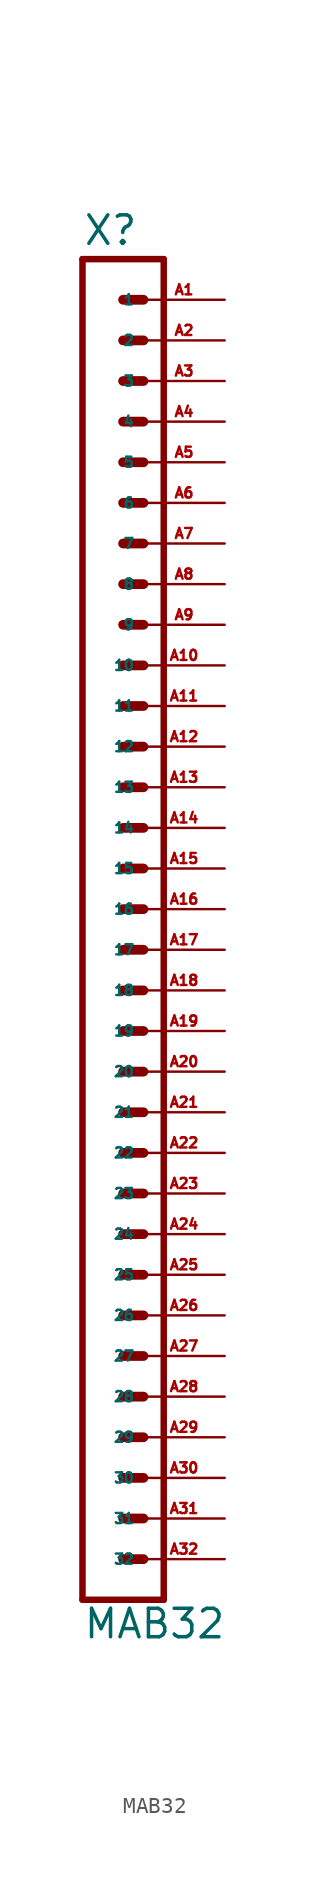
<source format=kicad_sym>
(kicad_symbol_lib
  (version 20220914)
  (generator Eagle2Kicad)
  (symbol "MAB32"
    (property "Reference" "X"
      (at -1.27 41.402 0)
      (effects (font (size 1.778 1.778) (thickness 0.22)) (justify left bottom)))
    (property "Value" "MAB32"
      (at -1.27 -45.72 0)
      (effects (font (size 1.778 1.778) (thickness 0.22)) (justify left bottom)))
    (polyline
      (pts (xy 3.81 -43.18) (xy -1.27 -43.18))
      (stroke (width 0.406) (type default))
      (fill (type none)))
    (polyline
      (pts (xy -1.27 40.64) (xy -1.27 -43.18))
      (stroke (width 0.406) (type default))
      (fill (type none)))
    (polyline
      (pts (xy -1.27 40.64) (xy 3.81 40.64))
      (stroke (width 0.406) (type default))
      (fill (type none)))
    (polyline
      (pts (xy 3.81 -43.18) (xy 3.81 40.64))
      (stroke (width 0.406) (type default))
      (fill (type none)))
    (polyline
      (pts (xy 1.27 -40.64) (xy 2.54 -40.64))
      (stroke (width 0.61) (type default))
      (fill (type none)))
    (polyline
      (pts (xy 1.27 -38.1) (xy 2.54 -38.1))
      (stroke (width 0.61) (type default))
      (fill (type none)))
    (polyline
      (pts (xy 1.27 -35.56) (xy 2.54 -35.56))
      (stroke (width 0.61) (type default))
      (fill (type none)))
    (polyline
      (pts (xy 1.27 -33.02) (xy 2.54 -33.02))
      (stroke (width 0.61) (type default))
      (fill (type none)))
    (polyline
      (pts (xy 1.27 -30.48) (xy 2.54 -30.48))
      (stroke (width 0.61) (type default))
      (fill (type none)))
    (polyline
      (pts (xy 1.27 -27.94) (xy 2.54 -27.94))
      (stroke (width 0.61) (type default))
      (fill (type none)))
    (polyline
      (pts (xy 1.27 -25.4) (xy 2.54 -25.4))
      (stroke (width 0.61) (type default))
      (fill (type none)))
    (polyline
      (pts (xy 1.27 -22.86) (xy 2.54 -22.86))
      (stroke (width 0.61) (type default))
      (fill (type none)))
    (polyline
      (pts (xy 1.27 -20.32) (xy 2.54 -20.32))
      (stroke (width 0.61) (type default))
      (fill (type none)))
    (polyline
      (pts (xy 1.27 -17.78) (xy 2.54 -17.78))
      (stroke (width 0.61) (type default))
      (fill (type none)))
    (polyline
      (pts (xy 1.27 -15.24) (xy 2.54 -15.24))
      (stroke (width 0.61) (type default))
      (fill (type none)))
    (polyline
      (pts (xy 1.27 -12.7) (xy 2.54 -12.7))
      (stroke (width 0.61) (type default))
      (fill (type none)))
    (polyline
      (pts (xy 1.27 -10.16) (xy 2.54 -10.16))
      (stroke (width 0.61) (type default))
      (fill (type none)))
    (polyline
      (pts (xy 1.27 -7.62) (xy 2.54 -7.62))
      (stroke (width 0.61) (type default))
      (fill (type none)))
    (polyline
      (pts (xy 1.27 -5.08) (xy 2.54 -5.08))
      (stroke (width 0.61) (type default))
      (fill (type none)))
    (polyline
      (pts (xy 1.27 -2.54) (xy 2.54 -2.54))
      (stroke (width 0.61) (type default))
      (fill (type none)))
    (polyline
      (pts (xy 1.27 0) (xy 2.54 0))
      (stroke (width 0.61) (type default))
      (fill (type none)))
    (polyline
      (pts (xy 1.27 2.54) (xy 2.54 2.54))
      (stroke (width 0.61) (type default))
      (fill (type none)))
    (polyline
      (pts (xy 1.27 5.08) (xy 2.54 5.08))
      (stroke (width 0.61) (type default))
      (fill (type none)))
    (polyline
      (pts (xy 1.27 7.62) (xy 2.54 7.62))
      (stroke (width 0.61) (type default))
      (fill (type none)))
    (polyline
      (pts (xy 1.27 10.16) (xy 2.54 10.16))
      (stroke (width 0.61) (type default))
      (fill (type none)))
    (polyline
      (pts (xy 1.27 12.7) (xy 2.54 12.7))
      (stroke (width 0.61) (type default))
      (fill (type none)))
    (polyline
      (pts (xy 1.27 15.24) (xy 2.54 15.24))
      (stroke (width 0.61) (type default))
      (fill (type none)))
    (polyline
      (pts (xy 1.27 17.78) (xy 2.54 17.78))
      (stroke (width 0.61) (type default))
      (fill (type none)))
    (polyline
      (pts (xy 1.27 20.32) (xy 2.54 20.32))
      (stroke (width 0.61) (type default))
      (fill (type none)))
    (polyline
      (pts (xy 1.27 22.86) (xy 2.54 22.86))
      (stroke (width 0.61) (type default))
      (fill (type none)))
    (polyline
      (pts (xy 1.27 25.4) (xy 2.54 25.4))
      (stroke (width 0.61) (type default))
      (fill (type none)))
    (polyline
      (pts (xy 1.27 27.94) (xy 2.54 27.94))
      (stroke (width 0.61) (type default))
      (fill (type none)))
    (polyline
      (pts (xy 1.27 30.48) (xy 2.54 30.48))
      (stroke (width 0.61) (type default))
      (fill (type none)))
    (polyline
      (pts (xy 1.27 33.02) (xy 2.54 33.02))
      (stroke (width 0.61) (type default))
      (fill (type none)))
    (polyline
      (pts (xy 1.27 35.56) (xy 2.54 35.56))
      (stroke (width 0.61) (type default))
      (fill (type none)))
    (polyline
      (pts (xy 1.27 38.1) (xy 2.54 38.1))
      (stroke (width 0.61) (type default))
      (fill (type none)))
    (pin passive line
      (at 7.62 38.1 180)
      (length 5.08)
      (name "1" (effects (font (size 0.635 0.635) (thickness 0.08)) (justify left bottom)))
      (number "A1" (effects (font (size 0.635 0.635) (thickness 0.08)) (justify left bottom))))
    (pin passive line
      (at 7.62 35.56 180)
      (length 5.08)
      (name "2" (effects (font (size 0.635 0.635) (thickness 0.08)) (justify left bottom)))
      (number "A2" (effects (font (size 0.635 0.635) (thickness 0.08)) (justify left bottom))))
    (pin passive line
      (at 7.62 33.02 180)
      (length 5.08)
      (name "3" (effects (font (size 0.635 0.635) (thickness 0.08)) (justify left bottom)))
      (number "A3" (effects (font (size 0.635 0.635) (thickness 0.08)) (justify left bottom))))
    (pin passive line
      (at 7.62 30.48 180)
      (length 5.08)
      (name "4" (effects (font (size 0.635 0.635) (thickness 0.08)) (justify left bottom)))
      (number "A4" (effects (font (size 0.635 0.635) (thickness 0.08)) (justify left bottom))))
    (pin passive line
      (at 7.62 27.94 180)
      (length 5.08)
      (name "5" (effects (font (size 0.635 0.635) (thickness 0.08)) (justify left bottom)))
      (number "A5" (effects (font (size 0.635 0.635) (thickness 0.08)) (justify left bottom))))
    (pin passive line
      (at 7.62 25.4 180)
      (length 5.08)
      (name "6" (effects (font (size 0.635 0.635) (thickness 0.08)) (justify left bottom)))
      (number "A6" (effects (font (size 0.635 0.635) (thickness 0.08)) (justify left bottom))))
    (pin passive line
      (at 7.62 22.86 180)
      (length 5.08)
      (name "7" (effects (font (size 0.635 0.635) (thickness 0.08)) (justify left bottom)))
      (number "A7" (effects (font (size 0.635 0.635) (thickness 0.08)) (justify left bottom))))
    (pin passive line
      (at 7.62 20.32 180)
      (length 5.08)
      (name "8" (effects (font (size 0.635 0.635) (thickness 0.08)) (justify left bottom)))
      (number "A8" (effects (font (size 0.635 0.635) (thickness 0.08)) (justify left bottom))))
    (pin passive line
      (at 7.62 17.78 180)
      (length 5.08)
      (name "9" (effects (font (size 0.635 0.635) (thickness 0.08)) (justify left bottom)))
      (number "A9" (effects (font (size 0.635 0.635) (thickness 0.08)) (justify left bottom))))
    (pin passive line
      (at 7.62 15.24 180)
      (length 5.08)
      (name "10" (effects (font (size 0.635 0.635) (thickness 0.08)) (justify left bottom)))
      (number "A10" (effects (font (size 0.635 0.635) (thickness 0.08)) (justify left bottom))))
    (pin passive line
      (at 7.62 12.7 180)
      (length 5.08)
      (name "11" (effects (font (size 0.635 0.635) (thickness 0.08)) (justify left bottom)))
      (number "A11" (effects (font (size 0.635 0.635) (thickness 0.08)) (justify left bottom))))
    (pin passive line
      (at 7.62 10.16 180)
      (length 5.08)
      (name "12" (effects (font (size 0.635 0.635) (thickness 0.08)) (justify left bottom)))
      (number "A12" (effects (font (size 0.635 0.635) (thickness 0.08)) (justify left bottom))))
    (pin passive line
      (at 7.62 7.62 180)
      (length 5.08)
      (name "13" (effects (font (size 0.635 0.635) (thickness 0.08)) (justify left bottom)))
      (number "A13" (effects (font (size 0.635 0.635) (thickness 0.08)) (justify left bottom))))
    (pin passive line
      (at 7.62 5.08 180)
      (length 5.08)
      (name "14" (effects (font (size 0.635 0.635) (thickness 0.08)) (justify left bottom)))
      (number "A14" (effects (font (size 0.635 0.635) (thickness 0.08)) (justify left bottom))))
    (pin passive line
      (at 7.62 2.54 180)
      (length 5.08)
      (name "15" (effects (font (size 0.635 0.635) (thickness 0.08)) (justify left bottom)))
      (number "A15" (effects (font (size 0.635 0.635) (thickness 0.08)) (justify left bottom))))
    (pin passive line
      (at 7.62 0 180)
      (length 5.08)
      (name "16" (effects (font (size 0.635 0.635) (thickness 0.08)) (justify left bottom)))
      (number "A16" (effects (font (size 0.635 0.635) (thickness 0.08)) (justify left bottom))))
    (pin passive line
      (at 7.62 -2.54 180)
      (length 5.08)
      (name "17" (effects (font (size 0.635 0.635) (thickness 0.08)) (justify left bottom)))
      (number "A17" (effects (font (size 0.635 0.635) (thickness 0.08)) (justify left bottom))))
    (pin passive line
      (at 7.62 -5.08 180)
      (length 5.08)
      (name "18" (effects (font (size 0.635 0.635) (thickness 0.08)) (justify left bottom)))
      (number "A18" (effects (font (size 0.635 0.635) (thickness 0.08)) (justify left bottom))))
    (pin passive line
      (at 7.62 -7.62 180)
      (length 5.08)
      (name "19" (effects (font (size 0.635 0.635) (thickness 0.08)) (justify left bottom)))
      (number "A19" (effects (font (size 0.635 0.635) (thickness 0.08)) (justify left bottom))))
    (pin passive line
      (at 7.62 -10.16 180)
      (length 5.08)
      (name "20" (effects (font (size 0.635 0.635) (thickness 0.08)) (justify left bottom)))
      (number "A20" (effects (font (size 0.635 0.635) (thickness 0.08)) (justify left bottom))))
    (pin passive line
      (at 7.62 -12.7 180)
      (length 5.08)
      (name "21" (effects (font (size 0.635 0.635) (thickness 0.08)) (justify left bottom)))
      (number "A21" (effects (font (size 0.635 0.635) (thickness 0.08)) (justify left bottom))))
    (pin passive line
      (at 7.62 -15.24 180)
      (length 5.08)
      (name "22" (effects (font (size 0.635 0.635) (thickness 0.08)) (justify left bottom)))
      (number "A22" (effects (font (size 0.635 0.635) (thickness 0.08)) (justify left bottom))))
    (pin passive line
      (at 7.62 -17.78 180)
      (length 5.08)
      (name "23" (effects (font (size 0.635 0.635) (thickness 0.08)) (justify left bottom)))
      (number "A23" (effects (font (size 0.635 0.635) (thickness 0.08)) (justify left bottom))))
    (pin passive line
      (at 7.62 -20.32 180)
      (length 5.08)
      (name "24" (effects (font (size 0.635 0.635) (thickness 0.08)) (justify left bottom)))
      (number "A24" (effects (font (size 0.635 0.635) (thickness 0.08)) (justify left bottom))))
    (pin passive line
      (at 7.62 -22.86 180)
      (length 5.08)
      (name "25" (effects (font (size 0.635 0.635) (thickness 0.08)) (justify left bottom)))
      (number "A25" (effects (font (size 0.635 0.635) (thickness 0.08)) (justify left bottom))))
    (pin passive line
      (at 7.62 -25.4 180)
      (length 5.08)
      (name "26" (effects (font (size 0.635 0.635) (thickness 0.08)) (justify left bottom)))
      (number "A26" (effects (font (size 0.635 0.635) (thickness 0.08)) (justify left bottom))))
    (pin passive line
      (at 7.62 -27.94 180)
      (length 5.08)
      (name "27" (effects (font (size 0.635 0.635) (thickness 0.08)) (justify left bottom)))
      (number "A27" (effects (font (size 0.635 0.635) (thickness 0.08)) (justify left bottom))))
    (pin passive line
      (at 7.62 -30.48 180)
      (length 5.08)
      (name "28" (effects (font (size 0.635 0.635) (thickness 0.08)) (justify left bottom)))
      (number "A28" (effects (font (size 0.635 0.635) (thickness 0.08)) (justify left bottom))))
    (pin passive line
      (at 7.62 -33.02 180)
      (length 5.08)
      (name "29" (effects (font (size 0.635 0.635) (thickness 0.08)) (justify left bottom)))
      (number "A29" (effects (font (size 0.635 0.635) (thickness 0.08)) (justify left bottom))))
    (pin passive line
      (at 7.62 -35.56 180)
      (length 5.08)
      (name "30" (effects (font (size 0.635 0.635) (thickness 0.08)) (justify left bottom)))
      (number "A30" (effects (font (size 0.635 0.635) (thickness 0.08)) (justify left bottom))))
    (pin passive line
      (at 7.62 -38.1 180)
      (length 5.08)
      (name "31" (effects (font (size 0.635 0.635) (thickness 0.08)) (justify left bottom)))
      (number "A31" (effects (font (size 0.635 0.635) (thickness 0.08)) (justify left bottom))))
    (pin passive line
      (at 7.62 -40.64 180)
      (length 5.08)
      (name "32" (effects (font (size 0.635 0.635) (thickness 0.08)) (justify left bottom)))
      (number "A32" (effects (font (size 0.635 0.635) (thickness 0.08)) (justify left bottom))))))
</source>
